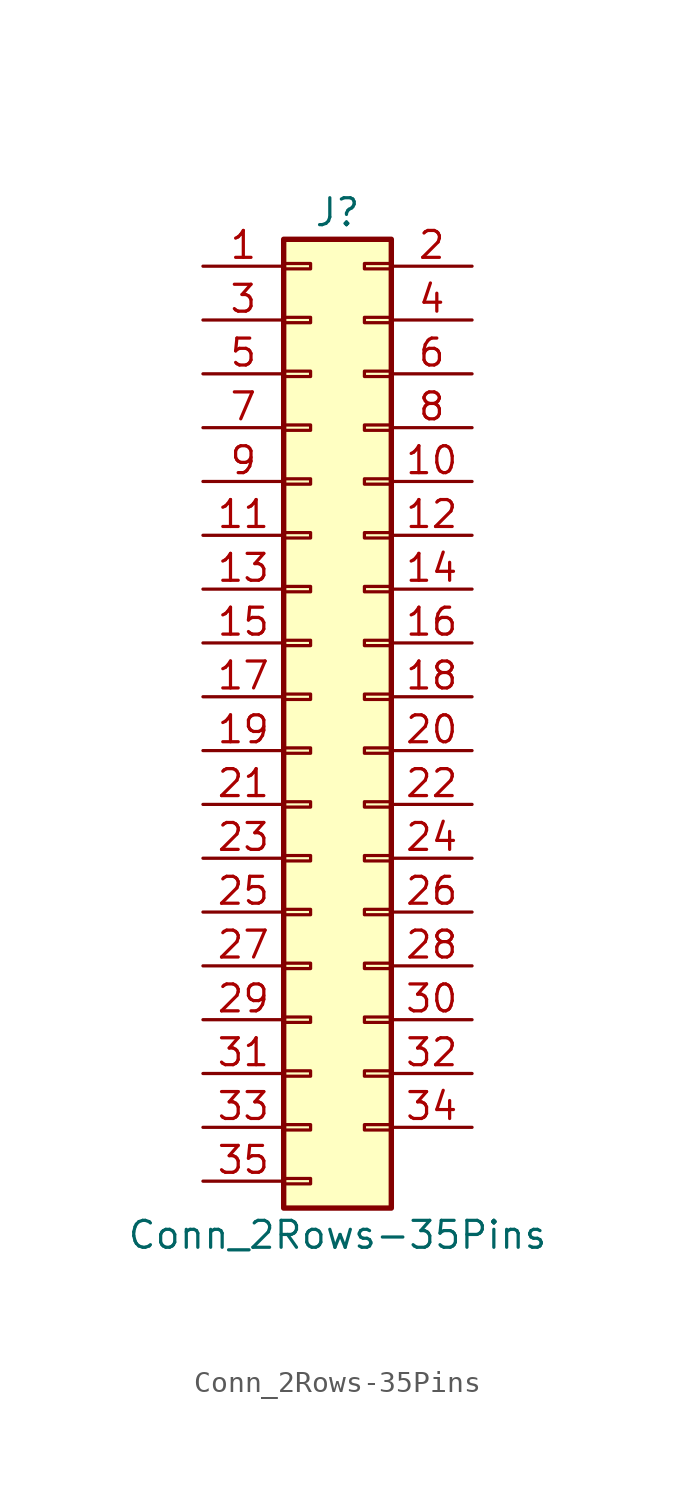
<source format=kicad_sym>
(kicad_symbol_lib
  (version 20220914)
  (generator kicad_symbol_editor)
  (symbol "Conn_2Rows-35Pins"
    (pin_names
      (offset 1.016) hide)
    (property "Reference" "J"
      (at 1.27 22.86 0)
      (effects (font (size 1.27 1.27))))
    (property "Value" "Conn_2Rows-35Pins"
      (at 1.27 -25.4 0)
      (effects (font (size 1.27 1.27))))
    (symbol "Conn_2Rows-35Pins_1_1"
      (rectangle (start -1.27 -22.733) (end 0 -22.987) (stroke (width 0.152) (type default)) (fill (type none)))
      (rectangle (start -1.27 -20.193) (end 0 -20.447) (stroke (width 0.152) (type default)) (fill (type none)))
      (rectangle (start -1.27 -17.653) (end 0 -17.907) (stroke (width 0.152) (type default)) (fill (type none)))
      (rectangle (start -1.27 -15.113) (end 0 -15.367) (stroke (width 0.152) (type default)) (fill (type none)))
      (rectangle (start -1.27 -12.573) (end 0 -12.827) (stroke (width 0.152) (type default)) (fill (type none)))
      (rectangle (start -1.27 -10.033) (end 0 -10.287) (stroke (width 0.152) (type default)) (fill (type none)))
      (rectangle (start -1.27 -7.493) (end 0 -7.747) (stroke (width 0.152) (type default)) (fill (type none)))
      (rectangle (start -1.27 -4.953) (end 0 -5.207) (stroke (width 0.152) (type default)) (fill (type none)))
      (rectangle (start -1.27 -2.413) (end 0 -2.667) (stroke (width 0.152) (type default)) (fill (type none)))
      (rectangle (start -1.27 0.127) (end 0 -0.127) (stroke (width 0.152) (type default)) (fill (type none)))
      (rectangle (start -1.27 2.667) (end 0 2.413) (stroke (width 0.152) (type default)) (fill (type none)))
      (rectangle (start -1.27 5.207) (end 0 4.953) (stroke (width 0.152) (type default)) (fill (type none)))
      (rectangle (start -1.27 7.747) (end 0 7.493) (stroke (width 0.152) (type default)) (fill (type none)))
      (rectangle (start -1.27 10.287) (end 0 10.033) (stroke (width 0.152) (type default)) (fill (type none)))
      (rectangle (start -1.27 12.827) (end 0 12.573) (stroke (width 0.152) (type default)) (fill (type none)))
      (rectangle (start -1.27 15.367) (end 0 15.113) (stroke (width 0.152) (type default)) (fill (type none)))
      (rectangle (start -1.27 17.907) (end 0 17.653) (stroke (width 0.152) (type default)) (fill (type none)))
      (rectangle (start -1.27 20.447) (end 0 20.193) (stroke (width 0.152) (type default)) (fill (type none)))
      (rectangle (start -1.27 21.59) (end 3.81 -24.13) (stroke (width 0.254) (type default)) (fill (type background)))
      (rectangle (start 3.81 -20.193) (end 2.54 -20.447) (stroke (width 0.152) (type default)) (fill (type none)))
      (rectangle (start 3.81 -17.653) (end 2.54 -17.907) (stroke (width 0.152) (type default)) (fill (type none)))
      (rectangle (start 3.81 -15.113) (end 2.54 -15.367) (stroke (width 0.152) (type default)) (fill (type none)))
      (rectangle (start 3.81 -12.573) (end 2.54 -12.827) (stroke (width 0.152) (type default)) (fill (type none)))
      (rectangle (start 3.81 -10.033) (end 2.54 -10.287) (stroke (width 0.152) (type default)) (fill (type none)))
      (rectangle (start 3.81 -7.493) (end 2.54 -7.747) (stroke (width 0.152) (type default)) (fill (type none)))
      (rectangle (start 3.81 -4.953) (end 2.54 -5.207) (stroke (width 0.152) (type default)) (fill (type none)))
      (rectangle (start 3.81 -2.413) (end 2.54 -2.667) (stroke (width 0.152) (type default)) (fill (type none)))
      (rectangle (start 3.81 0.127) (end 2.54 -0.127) (stroke (width 0.152) (type default)) (fill (type none)))
      (rectangle (start 3.81 2.667) (end 2.54 2.413) (stroke (width 0.152) (type default)) (fill (type none)))
      (rectangle (start 3.81 5.207) (end 2.54 4.953) (stroke (width 0.152) (type default)) (fill (type none)))
      (rectangle (start 3.81 7.747) (end 2.54 7.493) (stroke (width 0.152) (type default)) (fill (type none)))
      (rectangle (start 3.81 10.287) (end 2.54 10.033) (stroke (width 0.152) (type default)) (fill (type none)))
      (rectangle (start 3.81 12.827) (end 2.54 12.573) (stroke (width 0.152) (type default)) (fill (type none)))
      (rectangle (start 3.81 15.367) (end 2.54 15.113) (stroke (width 0.152) (type default)) (fill (type none)))
      (rectangle (start 3.81 17.907) (end 2.54 17.653) (stroke (width 0.152) (type default)) (fill (type none)))
      (rectangle (start 3.81 20.447) (end 2.54 20.193) (stroke (width 0.152) (type default)) (fill (type none)))
      (pin passive line (at -5.08 20.32 0) (length 3.81) (name "Pin_1" (effects (font (size 1.27 1.27)))) (number "1" (effects (font (size 1.27 1.27)))))
      (pin passive line (at 7.62 10.16 180) (length 3.81) (name "Pin_10" (effects (font (size 1.27 1.27)))) (number "10" (effects (font (size 1.27 1.27)))))
      (pin passive line (at -5.08 7.62 0) (length 3.81) (name "Pin_11" (effects (font (size 1.27 1.27)))) (number "11" (effects (font (size 1.27 1.27)))))
      (pin passive line (at 7.62 7.62 180) (length 3.81) (name "Pin_12" (effects (font (size 1.27 1.27)))) (number "12" (effects (font (size 1.27 1.27)))))
      (pin passive line (at -5.08 5.08 0) (length 3.81) (name "Pin_13" (effects (font (size 1.27 1.27)))) (number "13" (effects (font (size 1.27 1.27)))))
      (pin passive line (at 7.62 5.08 180) (length 3.81) (name "Pin_14" (effects (font (size 1.27 1.27)))) (number "14" (effects (font (size 1.27 1.27)))))
      (pin passive line (at -5.08 2.54 0) (length 3.81) (name "Pin_15" (effects (font (size 1.27 1.27)))) (number "15" (effects (font (size 1.27 1.27)))))
      (pin passive line (at 7.62 2.54 180) (length 3.81) (name "Pin_16" (effects (font (size 1.27 1.27)))) (number "16" (effects (font (size 1.27 1.27)))))
      (pin passive line (at -5.08 0 0) (length 3.81) (name "Pin_17" (effects (font (size 1.27 1.27)))) (number "17" (effects (font (size 1.27 1.27)))))
      (pin passive line (at 7.62 0 180) (length 3.81) (name "Pin_18" (effects (font (size 1.27 1.27)))) (number "18" (effects (font (size 1.27 1.27)))))
      (pin passive line (at -5.08 -2.54 0) (length 3.81) (name "Pin_19" (effects (font (size 1.27 1.27)))) (number "19" (effects (font (size 1.27 1.27)))))
      (pin passive line (at 7.62 20.32 180) (length 3.81) (name "Pin_2" (effects (font (size 1.27 1.27)))) (number "2" (effects (font (size 1.27 1.27)))))
      (pin passive line (at 7.62 -2.54 180) (length 3.81) (name "Pin_20" (effects (font (size 1.27 1.27)))) (number "20" (effects (font (size 1.27 1.27)))))
      (pin passive line (at -5.08 -5.08 0) (length 3.81) (name "Pin_21" (effects (font (size 1.27 1.27)))) (number "21" (effects (font (size 1.27 1.27)))))
      (pin passive line (at 7.62 -5.08 180) (length 3.81) (name "Pin_22" (effects (font (size 1.27 1.27)))) (number "22" (effects (font (size 1.27 1.27)))))
      (pin passive line (at -5.08 -7.62 0) (length 3.81) (name "Pin_23" (effects (font (size 1.27 1.27)))) (number "23" (effects (font (size 1.27 1.27)))))
      (pin passive line (at 7.62 -7.62 180) (length 3.81) (name "Pin_24" (effects (font (size 1.27 1.27)))) (number "24" (effects (font (size 1.27 1.27)))))
      (pin passive line (at -5.08 -10.16 0) (length 3.81) (name "Pin_25" (effects (font (size 1.27 1.27)))) (number "25" (effects (font (size 1.27 1.27)))))
      (pin passive line (at 7.62 -10.16 180) (length 3.81) (name "Pin_26" (effects (font (size 1.27 1.27)))) (number "26" (effects (font (size 1.27 1.27)))))
      (pin passive line (at -5.08 -12.7 0) (length 3.81) (name "Pin_27" (effects (font (size 1.27 1.27)))) (number "27" (effects (font (size 1.27 1.27)))))
      (pin passive line (at 7.62 -12.7 180) (length 3.81) (name "Pin_28" (effects (font (size 1.27 1.27)))) (number "28" (effects (font (size 1.27 1.27)))))
      (pin passive line (at -5.08 -15.24 0) (length 3.81) (name "Pin_29" (effects (font (size 1.27 1.27)))) (number "29" (effects (font (size 1.27 1.27)))))
      (pin passive line (at -5.08 17.78 0) (length 3.81) (name "Pin_3" (effects (font (size 1.27 1.27)))) (number "3" (effects (font (size 1.27 1.27)))))
      (pin passive line (at 7.62 -15.24 180) (length 3.81) (name "Pin_30" (effects (font (size 1.27 1.27)))) (number "30" (effects (font (size 1.27 1.27)))))
      (pin passive line (at -5.08 -17.78 0) (length 3.81) (name "Pin_31" (effects (font (size 1.27 1.27)))) (number "31" (effects (font (size 1.27 1.27)))))
      (pin passive line (at 7.62 -17.78 180) (length 3.81) (name "Pin_32" (effects (font (size 1.27 1.27)))) (number "32" (effects (font (size 1.27 1.27)))))
      (pin passive line (at -5.08 -20.32 0) (length 3.81) (name "Pin_33" (effects (font (size 1.27 1.27)))) (number "33" (effects (font (size 1.27 1.27)))))
      (pin passive line (at 7.62 -20.32 180) (length 3.81) (name "Pin_34" (effects (font (size 1.27 1.27)))) (number "34" (effects (font (size 1.27 1.27)))))
      (pin passive line (at -5.08 -22.86 0) (length 3.81) (name "Pin_35" (effects (font (size 1.27 1.27)))) (number "35" (effects (font (size 1.27 1.27)))))
      (pin passive line (at 7.62 17.78 180) (length 3.81) (name "Pin_4" (effects (font (size 1.27 1.27)))) (number "4" (effects (font (size 1.27 1.27)))))
      (pin passive line (at -5.08 15.24 0) (length 3.81) (name "Pin_5" (effects (font (size 1.27 1.27)))) (number "5" (effects (font (size 1.27 1.27)))))
      (pin passive line (at 7.62 15.24 180) (length 3.81) (name "Pin_6" (effects (font (size 1.27 1.27)))) (number "6" (effects (font (size 1.27 1.27)))))
      (pin passive line (at -5.08 12.7 0) (length 3.81) (name "Pin_7" (effects (font (size 1.27 1.27)))) (number "7" (effects (font (size 1.27 1.27)))))
      (pin passive line (at 7.62 12.7 180) (length 3.81) (name "Pin_8" (effects (font (size 1.27 1.27)))) (number "8" (effects (font (size 1.27 1.27)))))
      (pin passive line (at -5.08 10.16 0) (length 3.81) (name "Pin_9" (effects (font (size 1.27 1.27)))) (number "9" (effects (font (size 1.27 1.27))))))))
</source>
